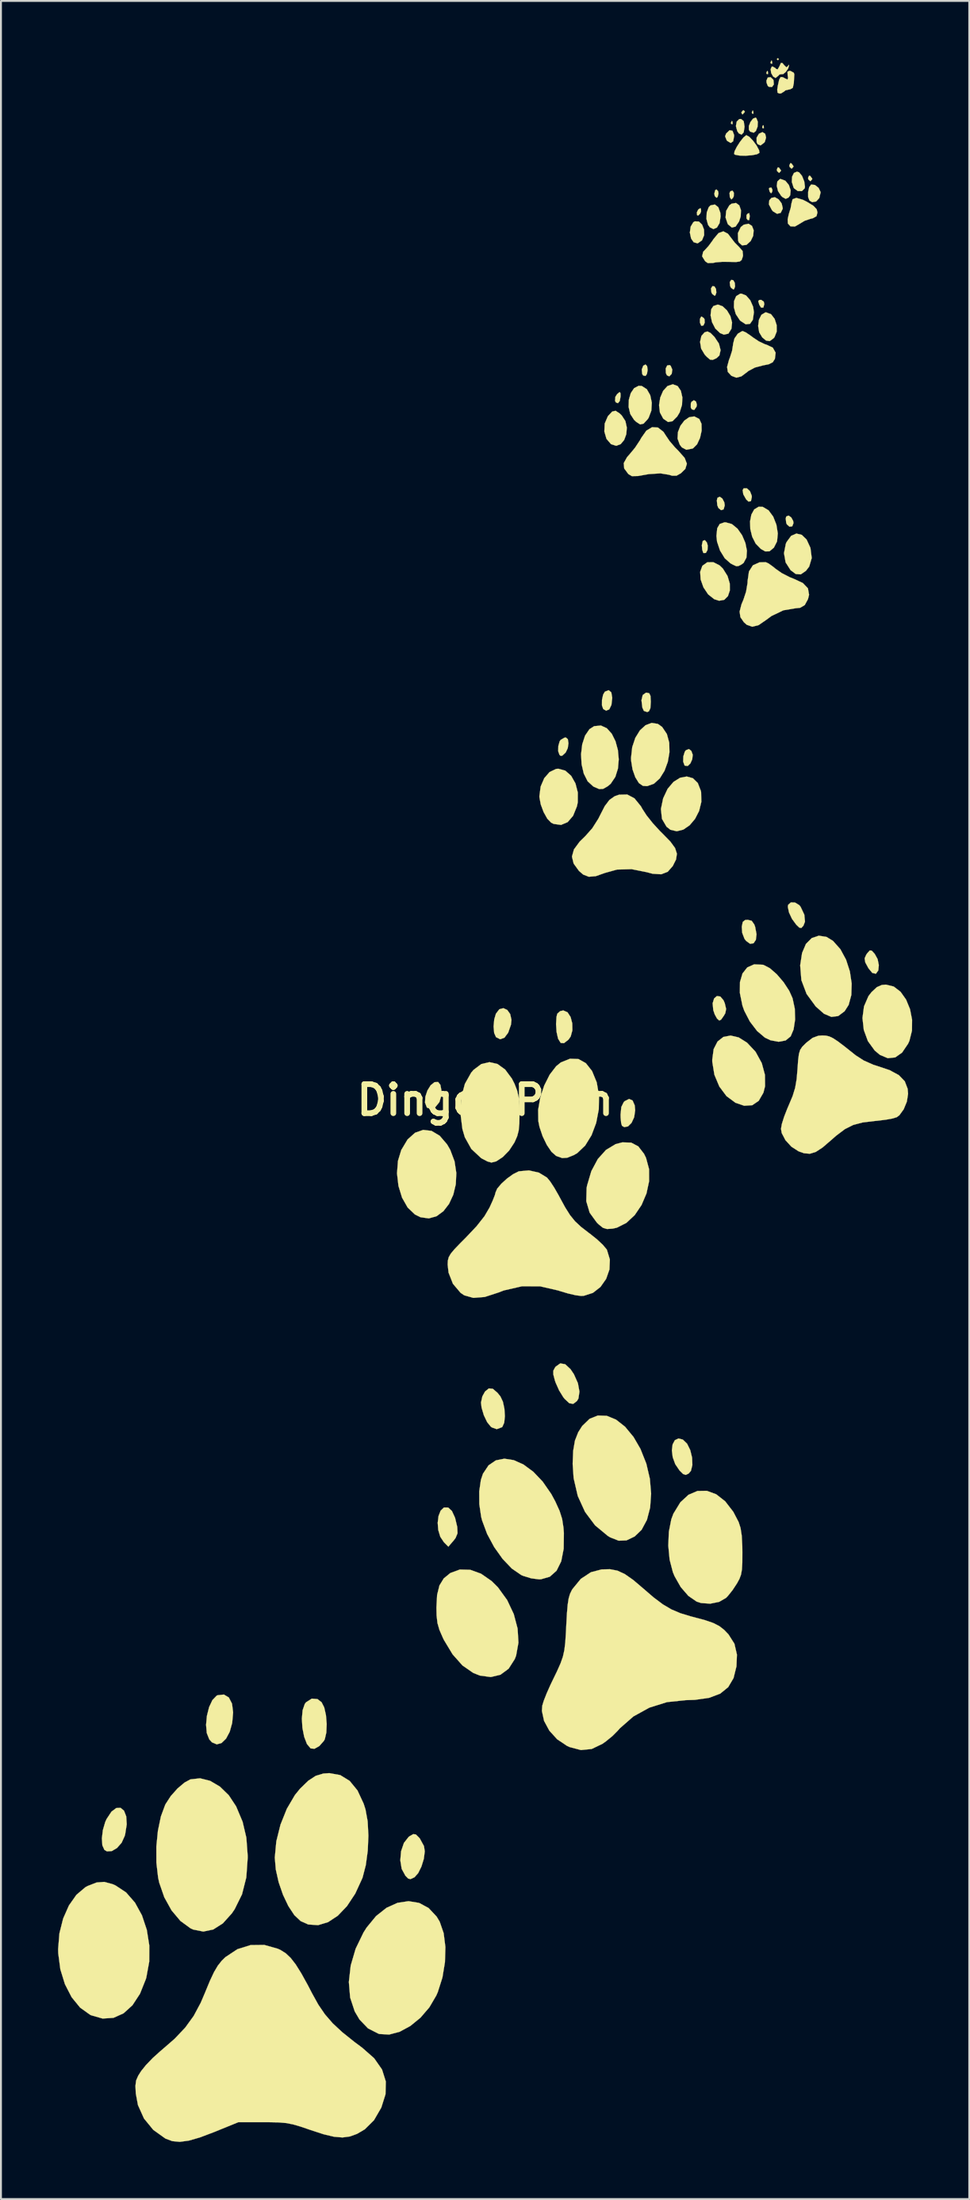
<source format=kicad_pcb>
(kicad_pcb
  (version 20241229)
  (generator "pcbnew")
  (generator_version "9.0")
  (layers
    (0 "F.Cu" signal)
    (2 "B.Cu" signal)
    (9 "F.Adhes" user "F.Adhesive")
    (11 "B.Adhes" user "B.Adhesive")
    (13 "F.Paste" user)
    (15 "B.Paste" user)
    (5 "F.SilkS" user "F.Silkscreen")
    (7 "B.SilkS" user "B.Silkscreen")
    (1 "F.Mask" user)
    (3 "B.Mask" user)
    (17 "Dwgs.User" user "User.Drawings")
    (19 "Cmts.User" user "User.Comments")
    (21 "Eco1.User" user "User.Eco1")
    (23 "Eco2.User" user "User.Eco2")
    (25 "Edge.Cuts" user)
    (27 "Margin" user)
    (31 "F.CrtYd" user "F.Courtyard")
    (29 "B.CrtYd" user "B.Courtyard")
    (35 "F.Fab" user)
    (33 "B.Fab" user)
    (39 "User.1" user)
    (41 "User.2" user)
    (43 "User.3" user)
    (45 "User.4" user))
  (footprint "Dingo-Path"
    (layer "F.Cu")
    (at 22.448 54.746)
    (property "Reference" "Dingo-Path" (at 0 0 0) (layer "F.SilkS") (effects (font (size 1.524 1.524) (thickness 0.3))))
    (attr through_hole)
    (fp_poly (pts (xy 15.437 -54.687) (xy 15.382 -54.632) (xy 15.328 -54.687) (xy 15.382 -54.741) (xy 15.437 -54.687)) (stroke (width 0.01) (type solid)) (fill yes) (layer "F.SilkS"))
    (fp_poly (pts (xy 12.992 -51.42) (xy 13.005 -51.29) (xy 12.992 -51.274) (xy 12.927 -51.289) (xy 12.919 -51.347) (xy 12.959 -51.438) (xy 12.992 -51.42)) (stroke (width 0.01) (type solid)) (fill yes) (layer "F.SilkS"))
    (fp_poly (pts (xy 14.087 -51.968) (xy 14.1 -51.838) (xy 14.087 -51.822) (xy 14.022 -51.837) (xy 14.014 -51.895) (xy 14.054 -51.985) (xy 14.087 -51.968)) (stroke (width 0.01) (type solid)) (fill yes) (layer "F.SilkS"))
    (fp_poly (pts (xy 14.634 -51.201) (xy 14.647 -51.072) (xy 14.634 -51.055) (xy 14.569 -51.07) (xy 14.561 -51.128) (xy 14.601 -51.219) (xy 14.634 -51.201)) (stroke (width 0.01) (type solid)) (fill yes) (layer "F.SilkS"))
    (fp_poly (pts (xy 14.853 -54.048) (xy 14.866 -53.918) (xy 14.853 -53.902) (xy 14.788 -53.917) (xy 14.78 -53.975) (xy 14.82 -54.065) (xy 14.853 -54.048)) (stroke (width 0.01) (type solid)) (fill yes) (layer "F.SilkS"))
    (fp_poly (pts (xy 15.072 -54.595) (xy 15.085 -54.465) (xy 15.072 -54.449) (xy 15.007 -54.464) (xy 14.999 -54.522) (xy 15.039 -54.613) (xy 15.072 -54.595)) (stroke (width 0.01) (type solid)) (fill yes) (layer "F.SilkS"))
    (fp_poly (pts (xy 15.099 -47.821) (xy 15.085 -47.719) (xy 15.025 -47.637) (xy 14.953 -47.72) (xy 14.913 -47.881) (xy 14.933 -47.924) (xy 15.042 -47.942) (xy 15.099 -47.821)) (stroke (width 0.01) (type solid)) (fill yes) (layer "F.SilkS"))
    (fp_poly (pts (xy 11.336 -46.836) (xy 11.348 -46.696) (xy 11.302 -46.579) (xy 11.193 -46.47) (xy 11.135 -46.494) (xy 11.125 -46.64) (xy 11.198 -46.79) (xy 11.3 -46.854) (xy 11.336 -46.836)) (stroke (width 0.01) (type solid)) (fill yes) (layer "F.SilkS"))
    (fp_poly (pts (xy 12.242 -47.752) (xy 12.262 -47.625) (xy 12.216 -47.447) (xy 12.153 -47.406) (xy 12.064 -47.498) (xy 12.043 -47.625) (xy 12.089 -47.803) (xy 12.153 -47.844) (xy 12.242 -47.752)) (stroke (width 0.01) (type solid)) (fill yes) (layer "F.SilkS"))
    (fp_poly (pts (xy 13.648 -51.937) (xy 13.631 -51.895) (xy 13.532 -51.79) (xy 13.515 -51.785) (xy 13.468 -51.87) (xy 13.466 -51.895) (xy 13.551 -52) (xy 13.582 -52.004) (xy 13.648 -51.937)) (stroke (width 0.01) (type solid)) (fill yes) (layer "F.SilkS"))
    (fp_poly (pts (xy 13.904 -46.448) (xy 13.904 -46.443) (xy 13.877 -46.233) (xy 13.797 -46.236) (xy 13.734 -46.321) (xy 13.734 -46.491) (xy 13.782 -46.562) (xy 13.876 -46.602) (xy 13.904 -46.448)) (stroke (width 0.01) (type solid)) (fill yes) (layer "F.SilkS"))
    (fp_poly (pts (xy 14.64 -41.95) (xy 14.671 -41.822) (xy 14.617 -41.633) (xy 14.502 -41.633) (xy 14.409 -41.777) (xy 14.35 -41.971) (xy 14.406 -42.036) (xy 14.506 -42.041) (xy 14.64 -41.95)) (stroke (width 0.01) (type solid)) (fill yes) (layer "F.SilkS"))
    (fp_poly (pts (xy 15.437 -48.994) (xy 15.542 -48.854) (xy 15.547 -48.823) (xy 15.463 -48.723) (xy 15.437 -48.72) (xy 15.341 -48.809) (xy 15.328 -48.891) (xy 15.381 -49.004) (xy 15.437 -48.994)) (stroke (width 0.01) (type solid)) (fill yes) (layer "F.SilkS"))
    (fp_poly (pts (xy 16.094 -49.212) (xy 16.199 -49.073) (xy 16.203 -49.042) (xy 16.12 -48.942) (xy 16.094 -48.939) (xy 15.998 -49.028) (xy 15.984 -49.109) (xy 16.038 -49.223) (xy 16.094 -49.212)) (stroke (width 0.01) (type solid)) (fill yes) (layer "F.SilkS"))
    (fp_poly (pts (xy 17.079 -48.556) (xy 17.185 -48.416) (xy 17.189 -48.385) (xy 17.105 -48.285) (xy 17.079 -48.282) (xy 16.983 -48.371) (xy 16.97 -48.453) (xy 17.023 -48.566) (xy 17.079 -48.556)) (stroke (width 0.01) (type solid)) (fill yes) (layer "F.SilkS"))
    (fp_poly (pts (xy 7.112 -37.136) (xy 7.116 -36.98) (xy 7.075 -36.733) (xy 6.978 -36.612) (xy 6.868 -36.655) (xy 6.827 -36.733) (xy 6.843 -36.95) (xy 6.937 -37.092) (xy 7.067 -37.2) (xy 7.112 -37.136)) (stroke (width 0.01) (type solid)) (fill yes) (layer "F.SilkS"))
    (fp_poly (pts (xy 8.511 -38.559) (xy 8.537 -38.36) (xy 8.503 -38.152) (xy 8.429 -38.045) (xy 8.304 -38.068) (xy 8.253 -38.148) (xy 8.23 -38.383) (xy 8.308 -38.581) (xy 8.427 -38.647) (xy 8.511 -38.559)) (stroke (width 0.01) (type solid)) (fill yes) (layer "F.SilkS"))
    (fp_poly (pts (xy 9.75 -38.576) (xy 9.835 -38.376) (xy 9.802 -38.152) (xy 9.676 -38.022) (xy 9.553 -38.077) (xy 9.498 -38.193) (xy 9.487 -38.434) (xy 9.565 -38.594) (xy 9.696 -38.616) (xy 9.75 -38.576)) (stroke (width 0.01) (type solid)) (fill yes) (layer "F.SilkS"))
    (fp_poly (pts (xy 11.082 -36.695) (xy 11.126 -36.525) (xy 11.104 -36.421) (xy 10.984 -36.255) (xy 10.857 -36.293) (xy 10.806 -36.386) (xy 10.808 -36.602) (xy 10.844 -36.686) (xy 10.969 -36.768) (xy 11.082 -36.695)) (stroke (width 0.01) (type solid)) (fill yes) (layer "F.SilkS"))
    (fp_poly (pts (xy 12.051 -42.748) (xy 12.132 -42.613) (xy 12.148 -42.419) (xy 12.097 -42.278) (xy 12.055 -42.26) (xy 11.936 -42.348) (xy 11.89 -42.434) (xy 11.867 -42.641) (xy 11.943 -42.762) (xy 12.051 -42.748)) (stroke (width 0.01) (type solid)) (fill yes) (layer "F.SilkS"))
    (fp_poly (pts (xy 13.036 -43.077) (xy 13.117 -42.941) (xy 13.133 -42.748) (xy 13.082 -42.606) (xy 13.04 -42.589) (xy 12.922 -42.676) (xy 12.876 -42.763) (xy 12.852 -42.969) (xy 12.929 -43.09) (xy 13.036 -43.077)) (stroke (width 0.01) (type solid)) (fill yes) (layer "F.SilkS"))
    (fp_poly (pts (xy 13.071 -47.667) (xy 13.063 -47.487) (xy 13.024 -47.399) (xy 12.936 -47.316) (xy 12.86 -47.434) (xy 12.856 -47.444) (xy 12.843 -47.659) (xy 12.89 -47.749) (xy 13.003 -47.779) (xy 13.071 -47.667)) (stroke (width 0.01) (type solid)) (fill yes) (layer "F.SilkS"))
    (fp_poly (pts (xy 11.497 -41.079) (xy 11.529 -41.019) (xy 11.538 -40.841) (xy 11.47 -40.699) (xy 11.368 -40.676) (xy 11.351 -40.689) (xy 11.286 -40.847) (xy 11.288 -41.041) (xy 11.352 -41.16) (xy 11.374 -41.166) (xy 11.497 -41.079)) (stroke (width 0.01) (type solid)) (fill yes) (layer "F.SilkS"))
    (fp_poly (pts (xy 11.655 -29.289) (xy 11.697 -29.129) (xy 11.684 -28.896) (xy 11.598 -28.745) (xy 11.479 -28.74) (xy 11.461 -28.756) (xy 11.407 -28.91) (xy 11.386 -29.15) (xy 11.435 -29.375) (xy 11.544 -29.42) (xy 11.655 -29.289)) (stroke (width 0.01) (type solid)) (fill yes) (layer "F.SilkS"))
    (fp_poly (pts (xy 12.465 -31.602) (xy 12.567 -31.404) (xy 12.591 -31.244) (xy 12.53 -31.035) (xy 12.396 -30.991) (xy 12.255 -31.111) (xy 12.199 -31.251) (xy 12.175 -31.502) (xy 12.207 -31.64) (xy 12.327 -31.699) (xy 12.465 -31.602)) (stroke (width 0.01) (type solid)) (fill yes) (layer "F.SilkS"))
    (fp_poly (pts (xy 12.999 -50.924) (xy 13.08 -50.71) (xy 13.083 -50.645) (xy 13.033 -50.373) (xy 12.903 -50.284) (xy 12.72 -50.394) (xy 12.695 -50.422) (xy 12.608 -50.633) (xy 12.664 -50.782) (xy 12.843 -50.953) (xy 12.999 -50.924)) (stroke (width 0.01) (type solid)) (fill yes) (layer "F.SilkS"))
    (fp_poly (pts (xy 13.917 -31.99) (xy 14.009 -31.753) (xy 14.014 -31.682) (xy 13.966 -31.464) (xy 13.84 -31.443) (xy 13.716 -31.558) (xy 13.566 -31.823) (xy 13.531 -32.046) (xy 13.585 -32.139) (xy 13.757 -32.14) (xy 13.917 -31.99)) (stroke (width 0.01) (type solid)) (fill yes) (layer "F.SilkS"))
    (fp_poly (pts (xy 14.715 -50.768) (xy 14.762 -50.568) (xy 14.698 -50.346) (xy 14.666 -50.302) (xy 14.473 -50.155) (xy 14.321 -50.22) (xy 14.267 -50.322) (xy 14.264 -50.561) (xy 14.388 -50.771) (xy 14.572 -50.855) (xy 14.715 -50.768)) (stroke (width 0.01) (type solid)) (fill yes) (layer "F.SilkS"))
    (fp_poly (pts (xy 15.139 -53.613) (xy 15.152 -53.582) (xy 15.171 -53.359) (xy 15.072 -53.225) (xy 14.912 -53.235) (xy 14.853 -53.282) (xy 14.79 -53.443) (xy 14.78 -53.555) (xy 14.85 -53.721) (xy 15 -53.742) (xy 15.139 -53.613)) (stroke (width 0.01) (type solid)) (fill yes) (layer "F.SilkS"))
    (fp_poly (pts (xy 16.084 -30.613) (xy 16.186 -30.428) (xy 16.203 -30.313) (xy 16.138 -30.144) (xy 15.995 -30.123) (xy 15.854 -30.248) (xy 15.821 -30.326) (xy 15.795 -30.556) (xy 15.823 -30.66) (xy 15.942 -30.709) (xy 16.084 -30.613)) (stroke (width 0.01) (type solid)) (fill yes) (layer "F.SilkS"))
    (fp_poly (pts (xy 6.628 -21.421) (xy 6.678 -21.133) (xy 6.635 -20.759) (xy 6.52 -20.525) (xy 6.356 -20.458) (xy 6.204 -20.546) (xy 6.137 -20.736) (xy 6.139 -21.024) (xy 6.2 -21.303) (xy 6.29 -21.455) (xy 6.49 -21.535) (xy 6.628 -21.421)) (stroke (width 0.01) (type solid)) (fill yes) (layer "F.SilkS"))
    (fp_poly (pts (xy 13.587 -51.43) (xy 13.631 -51.142) (xy 13.631 -51.136) (xy 13.586 -50.844) (xy 13.475 -50.722) (xy 13.329 -50.789) (xy 13.249 -50.907) (xy 13.177 -51.171) (xy 13.22 -51.406) (xy 13.354 -51.539) (xy 13.448 -51.544) (xy 13.587 -51.43)) (stroke (width 0.01) (type solid)) (fill yes) (layer "F.SilkS"))
    (fp_poly (pts (xy 14.252 -51.591) (xy 14.329 -51.396) (xy 14.315 -51.137) (xy 14.226 -50.912) (xy 14.11 -50.823) (xy 13.926 -50.881) (xy 13.861 -50.974) (xy 13.857 -51.172) (xy 13.943 -51.39) (xy 14.075 -51.561) (xy 14.209 -51.616) (xy 14.252 -51.591)) (stroke (width 0.01) (type solid)) (fill yes) (layer "F.SilkS"))
    (fp_poly (pts (xy 10.835 -18.343) (xy 10.908 -18.143) (xy 10.882 -17.904) (xy 10.785 -17.687) (xy 10.648 -17.554) (xy 10.499 -17.568) (xy 10.476 -17.588) (xy 10.406 -17.782) (xy 10.415 -18.06) (xy 10.493 -18.308) (xy 10.551 -18.381) (xy 10.711 -18.441) (xy 10.835 -18.343)) (stroke (width 0.01) (type solid)) (fill yes) (layer "F.SilkS"))
    (fp_poly (pts (xy 14.021 -45.929) (xy 14.11 -45.701) (xy 14.086 -45.408) (xy 13.953 -45.131) (xy 13.729 -44.929) (xy 13.503 -44.904) (xy 13.332 -45.052) (xy 13.294 -45.154) (xy 13.281 -45.549) (xy 13.433 -45.866) (xy 13.59 -45.99) (xy 13.841 -46.042) (xy 14.021 -45.929)) (stroke (width 0.01) (type solid)) (fill yes) (layer "F.SilkS"))
    (fp_poly (pts (xy 15.425 -47.318) (xy 15.581 -47.108) (xy 15.639 -46.862) (xy 15.635 -46.826) (xy 15.53 -46.61) (xy 15.339 -46.564) (xy 15.125 -46.693) (xy 15.064 -46.767) (xy 14.911 -47.058) (xy 14.933 -47.273) (xy 15.047 -47.4) (xy 15.227 -47.434) (xy 15.425 -47.318)) (stroke (width 0.01) (type solid)) (fill yes) (layer "F.SilkS"))
    (fp_poly (pts (xy 17.33 -48.078) (xy 17.523 -47.924) (xy 17.625 -47.712) (xy 17.627 -47.681) (xy 17.559 -47.393) (xy 17.394 -47.211) (xy 17.185 -47.176) (xy 17.043 -47.26) (xy 16.974 -47.443) (xy 16.973 -47.711) (xy 17.029 -47.964) (xy 17.131 -48.101) (xy 17.33 -48.078)) (stroke (width 0.01) (type solid)) (fill yes) (layer "F.SilkS"))
    (fp_poly (pts (xy 8.622 -21.372) (xy 8.687 -21.237) (xy 8.704 -20.945) (xy 8.704 -20.913) (xy 8.682 -20.587) (xy 8.606 -20.426) (xy 8.516 -20.385) (xy 8.34 -20.446) (xy 8.261 -20.619) (xy 8.214 -21.007) (xy 8.28 -21.281) (xy 8.45 -21.402) (xy 8.485 -21.404) (xy 8.622 -21.372)) (stroke (width 0.01) (type solid)) (fill yes) (layer "F.SilkS"))
    (fp_poly (pts (xy 11.231 -46.157) (xy 11.401 -45.992) (xy 11.501 -45.733) (xy 11.508 -45.441) (xy 11.399 -45.178) (xy 11.386 -45.162) (xy 11.166 -45.01) (xy 10.957 -45.07) (xy 10.823 -45.263) (xy 10.756 -45.576) (xy 10.8 -45.89) (xy 10.937 -46.118) (xy 11.015 -46.167) (xy 11.231 -46.157)) (stroke (width 0.01) (type solid)) (fill yes) (layer "F.SilkS"))
    (fp_poly (pts (xy 12.251 -46.912) (xy 12.357 -46.622) (xy 12.372 -46.429) (xy 12.318 -46.073) (xy 12.181 -45.842) (xy 11.998 -45.76) (xy 11.807 -45.854) (xy 11.712 -45.988) (xy 11.628 -46.296) (xy 11.645 -46.636) (xy 11.751 -46.914) (xy 11.842 -47.005) (xy 12.069 -47.051) (xy 12.251 -46.912)) (stroke (width 0.01) (type solid)) (fill yes) (layer "F.SilkS"))
    (fp_poly (pts (xy 13.355 -47.005) (xy 13.443 -46.753) (xy 13.429 -46.423) (xy 13.342 -46.158) (xy 13.161 -45.892) (xy 12.966 -45.84) (xy 12.768 -46.004) (xy 12.745 -46.037) (xy 12.633 -46.368) (xy 12.667 -46.721) (xy 12.833 -47.008) (xy 12.947 -47.092) (xy 13.183 -47.133) (xy 13.355 -47.005)) (stroke (width 0.01) (type solid)) (fill yes) (layer "F.SilkS"))
    (fp_poly (pts (xy 15.775 -48.301) (xy 15.96 -48.078) (xy 16.055 -47.798) (xy 16.03 -47.536) (xy 15.944 -47.418) (xy 15.794 -47.349) (xy 15.631 -47.436) (xy 15.554 -47.508) (xy 15.392 -47.754) (xy 15.325 -48.028) (xy 15.355 -48.261) (xy 15.485 -48.385) (xy 15.533 -48.391) (xy 15.775 -48.301)) (stroke (width 0.01) (type solid)) (fill yes) (layer "F.SilkS"))
    (fp_poly (pts (xy 16.501 -48.739) (xy 16.654 -48.551) (xy 16.769 -48.262) (xy 16.807 -47.984) (xy 16.791 -47.9) (xy 16.643 -47.756) (xy 16.429 -47.759) (xy 16.237 -47.9) (xy 16.207 -47.946) (xy 16.116 -48.237) (xy 16.129 -48.51) (xy 16.227 -48.709) (xy 16.389 -48.778) (xy 16.501 -48.739)) (stroke (width 0.01) (type solid)) (fill yes) (layer "F.SilkS"))
    (fp_poly (pts (xy 1.16 -4.734) (xy 1.314 -4.52) (xy 1.382 -4.213) (xy 1.356 -3.961) (xy 1.209 -3.539) (xy 1.012 -3.277) (xy 0.79 -3.194) (xy 0.569 -3.306) (xy 0.473 -3.525) (xy 0.442 -3.865) (xy 0.477 -4.24) (xy 0.565 -4.538) (xy 0.745 -4.772) (xy 0.957 -4.828) (xy 1.16 -4.734)) (stroke (width 0.01) (type solid)) (fill yes) (layer "F.SilkS"))
    (fp_poly (pts (xy 4.344 -18.961) (xy 4.377 -18.747) (xy 4.34 -18.49) (xy 4.236 -18.269) (xy 4.207 -18.237) (xy 4.054 -18.095) (xy 3.97 -18.082) (xy 3.905 -18.138) (xy 3.838 -18.326) (xy 3.845 -18.602) (xy 3.915 -18.849) (xy 3.963 -18.919) (xy 4.157 -19.035) (xy 4.237 -19.05) (xy 4.344 -18.961)) (stroke (width 0.01) (type solid)) (fill yes) (layer "F.SilkS"))
    (fp_poly (pts (xy 12.477 -41.705) (xy 12.708 -41.489) (xy 12.886 -41.19) (xy 12.976 -40.853) (xy 12.943 -40.526) (xy 12.784 -40.268) (xy 12.549 -40.214) (xy 12.344 -40.297) (xy 12.094 -40.535) (xy 11.922 -40.869) (xy 11.845 -41.23) (xy 11.88 -41.547) (xy 11.992 -41.716) (xy 12.226 -41.795) (xy 12.477 -41.705)) (stroke (width 0.01) (type solid)) (fill yes) (layer "F.SilkS"))
    (fp_poly (pts (xy 14.006 -9.419) (xy 14.142 -9.227) (xy 14.188 -9.101) (xy 14.261 -8.712) (xy 14.225 -8.415) (xy 14.104 -8.238) (xy 13.924 -8.21) (xy 13.713 -8.361) (xy 13.626 -8.477) (xy 13.508 -8.788) (xy 13.486 -9.107) (xy 13.538 -9.36) (xy 13.661 -9.458) (xy 13.795 -9.47) (xy 14.006 -9.419)) (stroke (width 0.01) (type solid)) (fill yes) (layer "F.SilkS"))
    (fp_poly (pts (xy 16.288 -10.376) (xy 16.508 -10.24) (xy 16.577 -10.155) (xy 16.772 -9.74) (xy 16.808 -9.375) (xy 16.726 -9.163) (xy 16.614 -9.04) (xy 16.507 -9.06) (xy 16.345 -9.218) (xy 16.123 -9.522) (xy 15.966 -9.86) (xy 15.906 -10.153) (xy 15.922 -10.256) (xy 16.066 -10.385) (xy 16.288 -10.376)) (stroke (width 0.01) (type solid)) (fill yes) (layer "F.SilkS"))
    (fp_poly (pts (xy 20.315 -7.85) (xy 20.473 -7.679) (xy 20.624 -7.406) (xy 20.688 -7.091) (xy 20.661 -6.812) (xy 20.541 -6.645) (xy 20.525 -6.638) (xy 20.343 -6.681) (xy 20.142 -6.927) (xy 19.977 -7.232) (xy 19.941 -7.443) (xy 20.028 -7.64) (xy 20.09 -7.725) (xy 20.214 -7.862) (xy 20.315 -7.85)) (stroke (width 0.01) (type solid)) (fill yes) (layer "F.SilkS"))
    (fp_poly (pts (xy -2.355 -0.801) (xy -2.301 -0.522) (xy -2.316 -0.195) (xy -2.403 0.099) (xy -2.411 0.114) (xy -2.614 0.364) (xy -2.845 0.469) (xy -3.046 0.404) (xy -3.068 0.38) (xy -3.162 0.134) (xy -3.143 -0.179) (xy -3.036 -0.501) (xy -2.867 -0.775) (xy -2.664 -0.94) (xy -2.472 -0.949) (xy -2.355 -0.801)) (stroke (width 0.01) (type solid)) (fill yes) (layer "F.SilkS"))
    (fp_poly (pts (xy -1.945 21.408) (xy -1.748 21.589) (xy -1.582 21.949) (xy -1.468 22.429) (xy -1.452 22.758) (xy -1.558 23.014) (xy -1.668 23.154) (xy -1.935 23.465) (xy -2.166 23.234) (xy -2.358 22.947) (xy -2.466 22.59) (xy -2.495 22.21) (xy -2.451 21.854) (xy -2.34 21.571) (xy -2.167 21.407) (xy -1.945 21.408)) (stroke (width 0.01) (type solid)) (fill yes) (layer "F.SilkS"))
    (fp_poly (pts (xy 7.746 0.021) (xy 7.859 0.277) (xy 7.883 0.536) (xy 7.83 0.901) (xy 7.693 1.197) (xy 7.507 1.384) (xy 7.307 1.421) (xy 7.189 1.35) (xy 7.146 1.206) (xy 7.12 0.923) (xy 7.116 0.765) (xy 7.155 0.365) (xy 7.282 0.108) (xy 7.333 0.057) (xy 7.563 -0.059) (xy 7.746 0.021)) (stroke (width 0.01) (type solid)) (fill yes) (layer "F.SilkS"))
    (fp_poly (pts (xy 11.842 -40.304) (xy 12.049 -40.096) (xy 12.284 -39.744) (xy 12.372 -39.401) (xy 12.308 -39.119) (xy 12.16 -38.98) (xy 11.961 -38.889) (xy 11.819 -38.902) (xy 11.65 -39.045) (xy 11.54 -39.162) (xy 11.351 -39.479) (xy 11.293 -39.833) (xy 11.365 -40.149) (xy 11.529 -40.333) (xy 11.681 -40.382) (xy 11.842 -40.304)) (stroke (width 0.01) (type solid)) (fill yes) (layer "F.SilkS"))
    (fp_poly (pts (xy 12.359 -5.439) (xy 12.529 -5.238) (xy 12.592 -5.087) (xy 12.663 -4.788) (xy 12.621 -4.566) (xy 12.543 -4.43) (xy 12.396 -4.222) (xy 12.302 -4.178) (xy 12.196 -4.273) (xy 12.175 -4.298) (xy 12.062 -4.505) (xy 11.987 -4.728) (xy 11.955 -5.086) (xy 12.032 -5.339) (xy 12.18 -5.465) (xy 12.359 -5.439)) (stroke (width 0.01) (type solid)) (fill yes) (layer "F.SilkS"))
    (fp_poly (pts (xy 13.712 -42.271) (xy 13.933 -42.018) (xy 14.083 -41.675) (xy 14.123 -41.392) (xy 14.068 -40.997) (xy 13.918 -40.782) (xy 13.694 -40.758) (xy 13.419 -40.937) (xy 13.378 -40.979) (xy 13.17 -41.295) (xy 13.072 -41.646) (xy 13.08 -41.978) (xy 13.19 -42.236) (xy 13.399 -42.364) (xy 13.462 -42.37) (xy 13.712 -42.271)) (stroke (width 0.01) (type solid)) (fill yes) (layer "F.SilkS"))
    (fp_poly (pts (xy 15.022 -41.288) (xy 15.212 -41.044) (xy 15.318 -40.717) (xy 15.321 -40.374) (xy 15.204 -40.079) (xy 15.156 -40.024) (xy 14.952 -39.874) (xy 14.766 -39.9) (xy 14.561 -40.071) (xy 14.4 -40.34) (xy 14.346 -40.671) (xy 14.388 -40.997) (xy 14.517 -41.255) (xy 14.722 -41.381) (xy 14.767 -41.384) (xy 15.022 -41.288)) (stroke (width 0.01) (type solid)) (fill yes) (layer "F.SilkS"))
    (fp_poly (pts (xy 4.328 -4.612) (xy 4.489 -4.364) (xy 4.577 -4.028) (xy 4.583 -3.666) (xy 4.494 -3.339) (xy 4.379 -3.175) (xy 4.141 -2.989) (xy 3.971 -3) (xy 3.838 -3.213) (xy 3.829 -3.237) (xy 3.753 -3.575) (xy 3.725 -3.99) (xy 3.749 -4.371) (xy 3.789 -4.535) (xy 3.939 -4.671) (xy 4.107 -4.708) (xy 4.328 -4.612)) (stroke (width 0.01) (type solid)) (fill yes) (layer "F.SilkS"))
    (fp_poly (pts (xy 10.114 -37.513) (xy 10.283 -37.266) (xy 10.363 -36.918) (xy 10.345 -36.522) (xy 10.222 -36.13) (xy 10.096 -35.92) (xy 9.845 -35.666) (xy 9.613 -35.624) (xy 9.373 -35.788) (xy 9.354 -35.808) (xy 9.184 -36.124) (xy 9.138 -36.51) (xy 9.2 -36.908) (xy 9.353 -37.262) (xy 9.582 -37.514) (xy 9.862 -37.607) (xy 10.114 -37.513)) (stroke (width 0.01) (type solid)) (fill yes) (layer "F.SilkS"))
    (fp_poly (pts (xy 10.389 17.839) (xy 10.612 18.055) (xy 10.778 18.393) (xy 10.874 18.787) (xy 10.889 19.172) (xy 10.813 19.481) (xy 10.693 19.622) (xy 10.538 19.694) (xy 10.403 19.648) (xy 10.214 19.461) (xy 9.989 19.13) (xy 9.856 18.763) (xy 9.812 18.404) (xy 9.851 18.092) (xy 9.969 17.87) (xy 10.163 17.779) (xy 10.389 17.839)) (stroke (width 0.01) (type solid)) (fill yes) (layer "F.SilkS"))
    (fp_poly (pts (xy 12.32 -28.091) (xy 12.494 -27.921) (xy 12.737 -27.534) (xy 12.854 -27.139) (xy 12.858 -26.774) (xy 12.758 -26.476) (xy 12.566 -26.284) (xy 12.292 -26.234) (xy 12.036 -26.316) (xy 11.716 -26.571) (xy 11.471 -26.938) (xy 11.324 -27.353) (xy 11.299 -27.752) (xy 11.414 -28.069) (xy 11.67 -28.253) (xy 11.989 -28.259) (xy 12.32 -28.091)) (stroke (width 0.01) (type solid)) (fill yes) (layer "F.SilkS"))
    (fp_poly (pts (xy 16.637 -29.696) (xy 16.893 -29.446) (xy 17.09 -29.02) (xy 17.095 -29.005) (xy 17.162 -28.48) (xy 17.03 -28.031) (xy 16.858 -27.806) (xy 16.586 -27.619) (xy 16.322 -27.638) (xy 16.05 -27.842) (xy 15.79 -28.248) (xy 15.704 -28.732) (xy 15.801 -29.228) (xy 15.842 -29.32) (xy 16.079 -29.642) (xy 16.355 -29.764) (xy 16.637 -29.696)) (stroke (width 0.01) (type solid)) (fill yes) (layer "F.SilkS"))
    (fp_poly (pts (xy 7.065 -36.077) (xy 7.176 -35.97) (xy 7.369 -35.674) (xy 7.444 -35.332) (xy 7.417 -34.986) (xy 7.305 -34.682) (xy 7.123 -34.463) (xy 6.889 -34.374) (xy 6.618 -34.458) (xy 6.613 -34.461) (xy 6.375 -34.74) (xy 6.263 -35.126) (xy 6.283 -35.545) (xy 6.444 -35.919) (xy 6.467 -35.95) (xy 6.676 -36.173) (xy 6.853 -36.214) (xy 7.065 -36.077)) (stroke (width 0.01) (type solid)) (fill yes) (layer "F.SilkS"))
    (fp_poly (pts (xy 8.229 -37.517) (xy 8.494 -37.348) (xy 8.674 -37.035) (xy 8.757 -36.639) (xy 8.733 -36.223) (xy 8.592 -35.848) (xy 8.532 -35.761) (xy 8.323 -35.538) (xy 8.146 -35.497) (xy 7.934 -35.635) (xy 7.823 -35.741) (xy 7.626 -36.045) (xy 7.539 -36.413) (xy 7.551 -36.795) (xy 7.651 -37.141) (xy 7.826 -37.401) (xy 8.066 -37.526) (xy 8.229 -37.517)) (stroke (width 0.01) (type solid)) (fill yes) (layer "F.SilkS"))
    (fp_poly (pts (xy 11.247 -35.787) (xy 11.255 -35.779) (xy 11.369 -35.528) (xy 11.376 -35.173) (xy 11.292 -34.79) (xy 11.137 -34.455) (xy 10.926 -34.244) (xy 10.889 -34.227) (xy 10.574 -34.166) (xy 10.34 -34.287) (xy 10.226 -34.434) (xy 10.11 -34.754) (xy 10.132 -35.098) (xy 10.261 -35.426) (xy 10.467 -35.698) (xy 10.72 -35.875) (xy 10.99 -35.918) (xy 11.247 -35.787)) (stroke (width 0.01) (type solid)) (fill yes) (layer "F.SilkS"))
    (fp_poly (pts (xy 13.884 -50.606) (xy 14.079 -50.4) (xy 14.267 -50.143) (xy 14.394 -49.905) (xy 14.415 -49.768) (xy 14.286 -49.692) (xy 14.016 -49.64) (xy 13.683 -49.615) (xy 13.365 -49.623) (xy 13.14 -49.665) (xy 13.084 -49.704) (xy 13.105 -49.844) (xy 13.224 -50.081) (xy 13.395 -50.347) (xy 13.573 -50.572) (xy 13.713 -50.687) (xy 13.732 -50.691) (xy 13.884 -50.606)) (stroke (width 0.01) (type solid)) (fill yes) (layer "F.SilkS"))
    (fp_poly (pts (xy -18.979 37.339) (xy -18.865 37.633) (xy -18.838 38.052) (xy -18.92 38.574) (xy -18.942 38.658) (xy -19.105 39.018) (xy -19.347 39.295) (xy -19.621 39.457) (xy -19.879 39.472) (xy -20.013 39.392) (xy -20.119 39.155) (xy -20.143 38.787) (xy -20.092 38.356) (xy -19.969 37.933) (xy -19.898 37.776) (xy -19.64 37.386) (xy -19.387 37.196) (xy -19.16 37.187) (xy -18.979 37.339)) (stroke (width 0.01) (type solid)) (fill yes) (layer "F.SilkS"))
    (fp_poly (pts (xy -13.472 31.388) (xy -13.304 31.714) (xy -13.247 32.172) (xy -13.296 32.725) (xy -13.426 33.192) (xy -13.619 33.552) (xy -13.853 33.779) (xy -14.107 33.851) (xy -14.36 33.743) (xy -14.5 33.587) (xy -14.631 33.257) (xy -14.668 32.824) (xy -14.623 32.35) (xy -14.509 31.896) (xy -14.335 31.524) (xy -14.114 31.295) (xy -14.064 31.271) (xy -13.731 31.234) (xy -13.472 31.388)) (stroke (width 0.01) (type solid)) (fill yes) (layer "F.SilkS"))
    (fp_poly (pts (xy 14.588 -31.165) (xy 14.893 -30.985) (xy 15.138 -30.652) (xy 15.305 -30.228) (xy 15.378 -29.775) (xy 15.34 -29.353) (xy 15.174 -29.025) (xy 15.174 -29.025) (xy 14.943 -28.831) (xy 14.721 -28.825) (xy 14.49 -28.954) (xy 14.217 -29.233) (xy 14.033 -29.596) (xy 13.934 -30.001) (xy 13.921 -30.403) (xy 13.99 -30.761) (xy 14.139 -31.031) (xy 14.368 -31.171) (xy 14.588 -31.165)) (stroke (width 0.01) (type solid)) (fill yes) (layer "F.SilkS"))
    (fp_poly (pts (xy -8.814 31.472) (xy -8.597 31.638) (xy -8.459 31.909) (xy -8.368 32.317) (xy -8.329 32.783) (xy -8.348 33.229) (xy -8.428 33.577) (xy -8.47 33.659) (xy -8.714 33.938) (xy -8.968 34.082) (xy -9.171 34.065) (xy -9.366 33.834) (xy -9.512 33.453) (xy -9.604 32.987) (xy -9.633 32.501) (xy -9.594 32.058) (xy -9.48 31.726) (xy -9.416 31.641) (xy -9.112 31.448) (xy -8.814 31.472)) (stroke (width 0.01) (type solid)) (fill yes) (layer "F.SilkS"))
    (fp_poly (pts (xy 0.403 15.17) (xy 0.648 15.381) (xy 0.801 15.571) (xy 0.932 15.849) (xy 1.011 16.22) (xy 1.035 16.61) (xy 1.001 16.95) (xy 0.904 17.167) (xy 0.876 17.191) (xy 0.607 17.29) (xy 0.349 17.198) (xy 0.298 17.161) (xy 0.105 16.924) (xy -0.07 16.559) (xy -0.189 16.157) (xy -0.219 15.891) (xy -0.148 15.567) (xy -0.007 15.312) (xy 0.194 15.15) (xy 0.403 15.17)) (stroke (width 0.01) (type solid)) (fill yes) (layer "F.SilkS"))
    (fp_poly (pts (xy 4.207 13.88) (xy 4.484 14.137) (xy 4.664 14.405) (xy 4.873 14.874) (xy 4.954 15.318) (xy 4.901 15.681) (xy 4.825 15.811) (xy 4.627 15.963) (xy 4.419 15.927) (xy 4.173 15.696) (xy 4.102 15.606) (xy 3.883 15.25) (xy 3.699 14.836) (xy 3.665 14.734) (xy 3.582 14.418) (xy 3.581 14.221) (xy 3.667 14.057) (xy 3.708 14.004) (xy 3.946 13.835) (xy 4.207 13.88)) (stroke (width 0.01) (type solid)) (fill yes) (layer "F.SilkS"))
    (fp_poly (pts (xy 10.915 -16.909) (xy 11.174 -16.657) (xy 11.337 -16.239) (xy 11.349 -16.17) (xy 11.36 -15.666) (xy 11.244 -15.191) (xy 11.029 -14.772) (xy 10.744 -14.436) (xy 10.415 -14.21) (xy 10.07 -14.123) (xy 9.737 -14.2) (xy 9.531 -14.361) (xy 9.291 -14.774) (xy 9.237 -15.292) (xy 9.353 -15.851) (xy 9.589 -16.353) (xy 9.897 -16.716) (xy 10.243 -16.933) (xy 10.594 -16.999) (xy 10.915 -16.909)) (stroke (width 0.01) (type solid)) (fill yes) (layer "F.SilkS"))
    (fp_poly (pts (xy -3.643 38.584) (xy -3.477 38.747) (xy -3.435 38.796) (xy -3.216 39.197) (xy -3.175 39.472) (xy -3.224 39.864) (xy -3.35 40.271) (xy -3.522 40.618) (xy -3.711 40.83) (xy -3.728 40.84) (xy -3.923 40.931) (xy -4.048 40.9) (xy -4.193 40.752) (xy -4.387 40.395) (xy -4.46 39.942) (xy -4.418 39.463) (xy -4.27 39.029) (xy -4.022 38.713) (xy -3.972 38.676) (xy -3.778 38.567) (xy -3.643 38.584)) (stroke (width 0.01) (type solid)) (fill yes) (layer "F.SilkS"))
    (fp_poly (pts (xy 12.966 -30.262) (xy 13.261 -30.02) (xy 13.503 -29.674) (xy 13.674 -29.273) (xy 13.756 -28.865) (xy 13.73 -28.498) (xy 13.58 -28.22) (xy 13.469 -28.138) (xy 13.31 -28.058) (xy 13.197 -28.049) (xy 13.033 -28.123) (xy 12.892 -28.199) (xy 12.591 -28.466) (xy 12.342 -28.872) (xy 12.186 -29.337) (xy 12.154 -29.638) (xy 12.195 -30.041) (xy 12.327 -30.268) (xy 12.571 -30.352) (xy 12.636 -30.354) (xy 12.966 -30.262)) (stroke (width 0.01) (type solid)) (fill yes) (layer "F.SilkS"))
    (fp_poly (pts (xy 4.211 -17.307) (xy 4.518 -17.036) (xy 4.744 -16.638) (xy 4.868 -16.16) (xy 4.866 -15.646) (xy 4.824 -15.437) (xy 4.621 -14.935) (xy 4.335 -14.603) (xy 3.988 -14.456) (xy 3.604 -14.508) (xy 3.466 -14.576) (xy 3.265 -14.783) (xy 3.072 -15.128) (xy 2.922 -15.53) (xy 2.851 -15.91) (xy 2.849 -15.961) (xy 2.916 -16.473) (xy 3.105 -16.912) (xy 3.385 -17.234) (xy 3.727 -17.397) (xy 3.845 -17.408) (xy 4.211 -17.307)) (stroke (width 0.01) (type solid)) (fill yes) (layer "F.SilkS"))
    (fp_poly (pts (xy 9.076 -19.763) (xy 9.3 -19.603) (xy 9.549 -19.232) (xy 9.673 -18.776) (xy 9.685 -18.275) (xy 9.598 -17.77) (xy 9.425 -17.299) (xy 9.178 -16.903) (xy 8.871 -16.622) (xy 8.516 -16.494) (xy 8.291 -16.507) (xy 8.08 -16.653) (xy 7.89 -16.96) (xy 7.745 -17.37) (xy 7.671 -17.827) (xy 7.666 -17.978) (xy 7.728 -18.542) (xy 7.892 -19.033) (xy 8.134 -19.425) (xy 8.429 -19.694) (xy 8.751 -19.815) (xy 9.076 -19.763)) (stroke (width 0.01) (type solid)) (fill yes) (layer "F.SilkS"))
    (fp_poly (pts (xy 13.321 -3.291) (xy 13.76 -3.017) (xy 14.187 -2.564) (xy 14.223 -2.514) (xy 14.537 -1.94) (xy 14.703 -1.323) (xy 14.709 -0.727) (xy 14.623 -0.387) (xy 14.375 0.041) (xy 14.037 0.27) (xy 13.615 0.299) (xy 13.158 0.144) (xy 12.685 -0.204) (xy 12.306 -0.711) (xy 12.047 -1.328) (xy 11.936 -2.008) (xy 11.934 -2.123) (xy 12.008 -2.678) (xy 12.213 -3.077) (xy 12.518 -3.316) (xy 12.897 -3.389) (xy 13.321 -3.291)) (stroke (width 0.01) (type solid)) (fill yes) (layer "F.SilkS"))
    (fp_poly (pts (xy 16.69 -47.302) (xy 16.915 -47.19) (xy 17.252 -46.982) (xy 17.421 -46.802) (xy 17.462 -46.633) (xy 17.413 -46.439) (xy 17.227 -46.332) (xy 17.102 -46.301) (xy 16.788 -46.196) (xy 16.546 -46.05) (xy 16.281 -45.897) (xy 16.046 -45.904) (xy 15.909 -46.051) (xy 15.897 -46.273) (xy 15.962 -46.565) (xy 15.967 -46.579) (xy 16.056 -46.871) (xy 16.094 -47.094) (xy 16.094 -47.099) (xy 16.158 -47.331) (xy 16.355 -47.399) (xy 16.69 -47.302)) (stroke (width 0.01) (type solid)) (fill yes) (layer "F.SilkS"))
    (fp_poly (pts (xy 17.944 -8.569) (xy 18.281 -8.361) (xy 18.668 -7.926) (xy 18.966 -7.375) (xy 19.166 -6.758) (xy 19.261 -6.124) (xy 19.243 -5.522) (xy 19.103 -5.001) (xy 18.889 -4.666) (xy 18.552 -4.414) (xy 18.196 -4.369) (xy 17.809 -4.533) (xy 17.381 -4.909) (xy 17.376 -4.913) (xy 16.892 -5.575) (xy 16.618 -6.299) (xy 16.555 -7.078) (xy 16.655 -7.728) (xy 16.857 -8.202) (xy 17.162 -8.51) (xy 17.535 -8.636) (xy 17.944 -8.569)) (stroke (width 0.01) (type solid)) (fill yes) (layer "F.SilkS"))
    (fp_poly (pts (xy 6.396 -19.531) (xy 6.654 -19.244) (xy 6.849 -18.851) (xy 6.974 -18.392) (xy 7.02 -17.902) (xy 6.978 -17.419) (xy 6.841 -16.98) (xy 6.599 -16.621) (xy 6.447 -16.491) (xy 6.201 -16.35) (xy 5.991 -16.34) (xy 5.715 -16.459) (xy 5.679 -16.478) (xy 5.386 -16.747) (xy 5.182 -17.152) (xy 5.067 -17.644) (xy 5.04 -18.174) (xy 5.101 -18.69) (xy 5.248 -19.144) (xy 5.48 -19.485) (xy 5.728 -19.644) (xy 6.085 -19.677) (xy 6.396 -19.531)) (stroke (width 0.01) (type solid)) (fill yes) (layer "F.SilkS"))
    (fp_poly (pts (xy 21.472 -5.964) (xy 21.831 -5.688) (xy 22.121 -5.278) (xy 22.328 -4.774) (xy 22.436 -4.218) (xy 22.43 -3.649) (xy 22.295 -3.11) (xy 22.226 -2.959) (xy 21.911 -2.495) (xy 21.551 -2.241) (xy 21.159 -2.2) (xy 20.746 -2.374) (xy 20.474 -2.601) (xy 20.114 -3.096) (xy 19.898 -3.685) (xy 19.829 -4.311) (xy 19.909 -4.921) (xy 20.142 -5.459) (xy 20.304 -5.671) (xy 20.583 -5.931) (xy 20.843 -6.046) (xy 21.061 -6.065) (xy 21.472 -5.964)) (stroke (width 0.01) (type solid)) (fill yes) (layer "F.SilkS"))
    (fp_poly (pts (xy -2.817 1.62) (xy -2.39 1.875) (xy -2 2.331) (xy -1.834 2.62) (xy -1.609 3.22) (xy -1.517 3.83) (xy -1.544 4.423) (xy -1.676 4.974) (xy -1.899 5.455) (xy -2.196 5.84) (xy -2.556 6.103) (xy -2.961 6.217) (xy -3.399 6.156) (xy -3.691 6.012) (xy -4.075 5.645) (xy -4.368 5.128) (xy -4.557 4.512) (xy -4.633 3.85) (xy -4.583 3.193) (xy -4.41 2.625) (xy -4.078 2.071) (xy -3.685 1.718) (xy -3.257 1.568) (xy -2.817 1.62)) (stroke (width 0.01) (type solid)) (fill yes) (layer "F.SilkS"))
    (fp_poly (pts (xy 15.625 -54.482) (xy 15.707 -54.38) (xy 15.834 -54.257) (xy 15.91 -54.325) (xy 15.963 -54.393) (xy 15.972 -54.358) (xy 15.92 -54.191) (xy 15.794 -54.013) (xy 15.657 -53.899) (xy 15.586 -53.899) (xy 15.473 -53.886) (xy 15.392 -53.805) (xy 15.262 -53.699) (xy 15.135 -53.774) (xy 15.03 -53.958) (xy 15.003 -54.161) (xy 15.061 -54.292) (xy 15.102 -54.303) (xy 15.247 -54.223) (xy 15.284 -54.175) (xy 15.373 -54.152) (xy 15.463 -54.312) (xy 15.545 -54.492) (xy 15.625 -54.482)) (stroke (width 0.01) (type solid)) (fill yes) (layer "F.SilkS"))
    (fp_poly (pts (xy 12.757 -45.517) (xy 12.883 -45.353) (xy 13.113 -45.053) (xy 13.34 -44.825) (xy 13.528 -44.609) (xy 13.551 -44.374) (xy 13.536 -44.305) (xy 13.48 -44.14) (xy 13.379 -44.056) (xy 13.175 -44.03) (xy 12.835 -44.039) (xy 12.444 -44.04) (xy 12.113 -44.012) (xy 11.973 -43.981) (xy 11.701 -43.974) (xy 11.562 -44.071) (xy 11.401 -44.329) (xy 11.457 -44.569) (xy 11.565 -44.681) (xy 11.735 -44.866) (xy 11.942 -45.146) (xy 12.005 -45.242) (xy 12.265 -45.551) (xy 12.517 -45.642) (xy 12.757 -45.517)) (stroke (width 0.01) (type solid)) (fill yes) (layer "F.SilkS"))
    (fp_poly (pts (xy 14.588 -7.109) (xy 14.634 -7.098) (xy 14.962 -6.927) (xy 15.327 -6.608) (xy 15.681 -6.195) (xy 15.978 -5.741) (xy 16.154 -5.35) (xy 16.271 -4.802) (xy 16.288 -4.23) (xy 16.208 -3.709) (xy 16.056 -3.349) (xy 15.793 -3.132) (xy 15.42 -3.062) (xy 14.992 -3.142) (xy 14.701 -3.281) (xy 14.29 -3.629) (xy 13.911 -4.125) (xy 13.615 -4.696) (xy 13.52 -4.965) (xy 13.385 -5.628) (xy 13.39 -6.197) (xy 13.524 -6.652) (xy 13.775 -6.969) (xy 14.134 -7.129) (xy 14.588 -7.109)) (stroke (width 0.01) (type solid)) (fill yes) (layer "F.SilkS"))
    (fp_poly (pts (xy 16.052 -54.066) (xy 16.218 -53.974) (xy 16.247 -53.891) (xy 16.234 -53.689) (xy 16.22 -53.428) (xy 16.168 -53.183) (xy 16.025 -53.101) (xy 15.991 -53.099) (xy 15.781 -53.049) (xy 15.711 -52.99) (xy 15.553 -52.891) (xy 15.473 -52.88) (xy 15.368 -52.922) (xy 15.349 -53.083) (xy 15.38 -53.291) (xy 15.45 -53.609) (xy 15.527 -53.747) (xy 15.645 -53.74) (xy 15.753 -53.679) (xy 15.892 -53.616) (xy 15.918 -53.709) (xy 15.898 -53.831) (xy 15.888 -54.029) (xy 15.992 -54.075) (xy 16.052 -54.066)) (stroke (width 0.01) (type solid)) (fill yes) (layer "F.SilkS"))
    (fp_poly (pts (xy 7.675 2.237) (xy 8.046 2.433) (xy 8.348 2.823) (xy 8.454 3.039) (xy 8.613 3.63) (xy 8.615 4.266) (xy 8.477 4.907) (xy 8.219 5.513) (xy 7.861 6.042) (xy 7.422 6.453) (xy 6.92 6.706) (xy 6.694 6.756) (xy 6.401 6.775) (xy 6.186 6.71) (xy 5.956 6.524) (xy 5.87 6.44) (xy 5.492 5.92) (xy 5.313 5.314) (xy 5.332 4.618) (xy 5.355 4.493) (xy 5.58 3.732) (xy 5.919 3.099) (xy 6.35 2.618) (xy 6.856 2.314) (xy 7.211 2.222) (xy 7.675 2.237)) (stroke (width 0.01) (type solid)) (fill yes) (layer "F.SilkS"))
    (fp_poly (pts (xy 6.393 16.59) (xy 6.876 16.789) (xy 7.351 17.162) (xy 7.798 17.703) (xy 8.16 18.326) (xy 8.469 19.103) (xy 8.655 19.899) (xy 8.721 20.68) (xy 8.669 21.411) (xy 8.501 22.056) (xy 8.22 22.58) (xy 7.855 22.929) (xy 7.425 23.135) (xy 7.016 23.151) (xy 6.573 22.976) (xy 6.442 22.897) (xy 5.777 22.345) (xy 5.248 21.638) (xy 4.867 20.802) (xy 4.649 19.864) (xy 4.598 19.111) (xy 4.626 18.424) (xy 4.718 17.891) (xy 4.89 17.452) (xy 5.099 17.123) (xy 5.485 16.749) (xy 5.923 16.574) (xy 6.393 16.59)) (stroke (width 0.01) (type solid)) (fill yes) (layer "F.SilkS"))
    (fp_poly (pts (xy 9.081 -35.332) (xy 9.367 -35.11) (xy 9.502 -34.903) (xy 9.689 -34.626) (xy 9.969 -34.298) (xy 10.165 -34.099) (xy 10.484 -33.737) (xy 10.601 -33.431) (xy 10.518 -33.16) (xy 10.289 -32.935) (xy 10.055 -32.802) (xy 9.824 -32.803) (xy 9.658 -32.853) (xy 9.212 -32.926) (xy 8.599 -32.887) (xy 8.037 -32.787) (xy 7.711 -32.78) (xy 7.524 -32.89) (xy 7.306 -33.185) (xy 7.283 -33.466) (xy 7.456 -33.777) (xy 7.586 -33.924) (xy 7.876 -34.274) (xy 8.137 -34.668) (xy 8.201 -34.786) (xy 8.469 -35.168) (xy 8.772 -35.351) (xy 9.081 -35.332)) (stroke (width 0.01) (type solid)) (fill yes) (layer "F.SilkS"))
    (fp_poly (pts (xy 4.901 -2.155) (xy 5.292 -1.938) (xy 5.617 -1.526) (xy 5.863 -0.928) (xy 5.863 -0.926) (xy 5.984 -0.232) (xy 5.97 0.49) (xy 5.834 1.198) (xy 5.591 1.846) (xy 5.256 2.39) (xy 4.841 2.786) (xy 4.655 2.893) (xy 4.312 3.03) (xy 4.05 3.047) (xy 3.768 2.949) (xy 3.722 2.927) (xy 3.484 2.718) (xy 3.239 2.355) (xy 3.019 1.899) (xy 2.855 1.412) (xy 2.793 1.106) (xy 2.785 0.51) (xy 2.896 -0.133) (xy 3.105 -0.767) (xy 3.39 -1.334) (xy 3.73 -1.777) (xy 3.977 -1.977) (xy 4.458 -2.171) (xy 4.901 -2.155)) (stroke (width 0.01) (type solid)) (fill yes) (layer "F.SilkS"))
    (fp_poly (pts (xy -0.783 24.68) (xy -0.217 24.885) (xy 0.34 25.272) (xy 0.671 25.601) (xy 1.154 26.267) (xy 1.502 27.004) (xy 1.704 27.766) (xy 1.748 28.509) (xy 1.626 29.188) (xy 1.554 29.373) (xy 1.233 29.875) (xy 0.806 30.191) (xy 0.296 30.314) (xy -0.275 30.238) (xy -0.632 30.095) (xy -1.193 29.706) (xy -1.711 29.123) (xy -2.165 28.371) (xy -2.224 28.251) (xy -2.405 27.834) (xy -2.508 27.476) (xy -2.553 27.077) (xy -2.562 26.663) (xy -2.526 25.999) (xy -2.403 25.502) (xy -2.178 25.133) (xy -1.833 24.851) (xy -1.829 24.848) (xy -1.329 24.665) (xy -0.783 24.68)) (stroke (width 0.01) (type solid)) (fill yes) (layer "F.SilkS"))
    (fp_poly (pts (xy -3.473 42.181) (xy -2.972 42.45) (xy -2.55 42.901) (xy -2.389 43.17) (xy -2.182 43.77) (xy -2.091 44.497) (xy -2.114 45.294) (xy -2.247 46.102) (xy -2.49 46.866) (xy -2.567 47.044) (xy -2.935 47.67) (xy -3.401 48.212) (xy -3.932 48.646) (xy -4.491 48.949) (xy -5.043 49.097) (xy -5.554 49.069) (xy -5.606 49.054) (xy -6.156 48.774) (xy -6.604 48.308) (xy -6.856 47.881) (xy -7.096 47.154) (xy -7.164 46.337) (xy -7.066 45.469) (xy -6.808 44.589) (xy -6.395 43.736) (xy -6.232 43.478) (xy -5.735 42.873) (xy -5.185 42.438) (xy -4.606 42.177) (xy -4.027 42.09) (xy -3.473 42.181)) (stroke (width 0.01) (type solid)) (fill yes) (layer "F.SilkS"))
    (fp_poly (pts (xy 0.649 -1.894) (xy 1.05 -1.603) (xy 1.404 -1.127) (xy 1.544 -0.851) (xy 1.68 -0.499) (xy 1.761 -0.142) (xy 1.798 0.297) (xy 1.805 0.715) (xy 1.796 1.229) (xy 1.761 1.599) (xy 1.684 1.896) (xy 1.553 2.196) (xy 1.526 2.247) (xy 1.257 2.655) (xy 0.925 2.994) (xy 0.583 3.219) (xy 0.328 3.284) (xy 0.122 3.226) (xy -0.158 3.081) (xy -0.228 3.036) (xy -0.726 2.57) (xy -1.069 1.955) (xy -1.196 1.523) (xy -1.303 0.669) (xy -1.258 -0.136) (xy -1.066 -0.851) (xy -0.736 -1.439) (xy -0.614 -1.583) (xy -0.205 -1.891) (xy 0.223 -1.992) (xy 0.649 -1.894)) (stroke (width 0.01) (type solid)) (fill yes) (layer "F.SilkS"))
    (fp_poly (pts (xy 13.689 -40.336) (xy 13.932 -40.175) (xy 14.059 -40.078) (xy 14.379 -39.864) (xy 14.696 -39.713) (xy 14.787 -39.686) (xy 15.114 -39.531) (xy 15.265 -39.266) (xy 15.226 -38.942) (xy 15.113 -38.764) (xy 14.902 -38.658) (xy 14.596 -38.597) (xy 14.174 -38.485) (xy 13.836 -38.306) (xy 13.795 -38.271) (xy 13.466 -38.023) (xy 13.199 -37.953) (xy 12.946 -38.05) (xy 12.932 -38.06) (xy 12.752 -38.255) (xy 12.714 -38.517) (xy 12.816 -38.893) (xy 12.864 -39.014) (xy 12.975 -39.363) (xy 13.028 -39.693) (xy 13.028 -39.722) (xy 13.101 -40.013) (xy 13.277 -40.264) (xy 13.496 -40.395) (xy 13.542 -40.399) (xy 13.689 -40.336)) (stroke (width 0.01) (type solid)) (fill yes) (layer "F.SilkS"))
    (fp_poly (pts (xy -19.586 41.194) (xy -19.427 41.263) (xy -18.872 41.63) (xy -18.405 42.165) (xy -18.038 42.833) (xy -17.783 43.597) (xy -17.652 44.42) (xy -17.656 45.267) (xy -17.808 46.099) (xy -17.832 46.181) (xy -18.141 46.954) (xy -18.537 47.558) (xy -19.007 47.983) (xy -19.535 48.219) (xy -20.105 48.256) (xy -20.703 48.086) (xy -20.767 48.055) (xy -21.288 47.682) (xy -21.733 47.136) (xy -22.085 46.453) (xy -22.326 45.672) (xy -22.437 44.83) (xy -22.443 44.61) (xy -22.375 43.782) (xy -22.18 43.004) (xy -21.876 42.316) (xy -21.481 41.754) (xy -21.013 41.358) (xy -20.885 41.289) (xy -20.419 41.108) (xy -20.018 41.077) (xy -19.586 41.194)) (stroke (width 0.01) (type solid)) (fill yes) (layer "F.SilkS"))
    (fp_poly (pts (xy 14.906 -28.184) (xy 15.148 -28.008) (xy 15.26 -27.914) (xy 15.593 -27.682) (xy 16.013 -27.467) (xy 16.222 -27.385) (xy 16.696 -27.164) (xy 16.962 -26.886) (xy 17.022 -26.547) (xy 16.964 -26.316) (xy 16.794 -26.005) (xy 16.553 -25.864) (xy 16.313 -25.839) (xy 15.673 -25.731) (xy 15.05 -25.434) (xy 14.776 -25.232) (xy 14.373 -24.955) (xy 14.04 -24.868) (xy 13.749 -24.97) (xy 13.595 -25.106) (xy 13.414 -25.37) (xy 13.372 -25.663) (xy 13.469 -26.042) (xy 13.573 -26.291) (xy 13.712 -26.711) (xy 13.788 -27.165) (xy 13.792 -27.276) (xy 13.863 -27.772) (xy 14.071 -28.096) (xy 14.416 -28.251) (xy 14.749 -28.259) (xy 14.906 -28.184)) (stroke (width 0.01) (type solid)) (fill yes) (layer "F.SilkS"))
    (fp_poly (pts (xy 1.501 18.918) (xy 2.016 19.15) (xy 2.53 19.529) (xy 3.023 20.047) (xy 3.473 20.696) (xy 3.684 21.087) (xy 3.911 21.586) (xy 4.045 22.011) (xy 4.115 22.467) (xy 4.136 22.748) (xy 4.126 23.571) (xy 3.997 24.233) (xy 3.752 24.727) (xy 3.395 25.044) (xy 2.932 25.177) (xy 2.828 25.181) (xy 2.419 25.128) (xy 1.99 24.996) (xy 1.886 24.949) (xy 1.399 24.613) (xy 0.917 24.108) (xy 0.474 23.486) (xy 0.103 22.796) (xy -0.161 22.087) (xy -0.21 21.897) (xy -0.308 21.23) (xy -0.312 20.557) (xy -0.225 19.957) (xy -0.116 19.632) (xy 0.178 19.191) (xy 0.561 18.93) (xy 1.009 18.842) (xy 1.501 18.918)) (stroke (width 0.01) (type solid)) (fill yes) (layer "F.SilkS"))
    (fp_poly (pts (xy -7.616 35.466) (xy -7.122 35.77) (xy -6.71 36.273) (xy -6.386 36.968) (xy -6.29 37.27) (xy -6.176 37.895) (xy -6.138 38.643) (xy -6.171 39.435) (xy -6.273 40.192) (xy -6.439 40.834) (xy -6.46 40.892) (xy -6.828 41.692) (xy -7.263 42.35) (xy -7.745 42.854) (xy -8.257 43.191) (xy -8.78 43.349) (xy -9.297 43.314) (xy -9.702 43.133) (xy -10.03 42.822) (xy -10.345 42.345) (xy -10.626 41.752) (xy -10.853 41.096) (xy -11.003 40.427) (xy -11.056 39.801) (xy -10.976 38.945) (xy -10.757 38.068) (xy -10.423 37.235) (xy -9.998 36.512) (xy -9.732 36.184) (xy -9.298 35.762) (xy -8.907 35.506) (xy -8.503 35.384) (xy -8.189 35.363) (xy -7.616 35.466)) (stroke (width 0.01) (type solid)) (fill yes) (layer "F.SilkS"))
    (fp_poly (pts (xy -14.456 35.767) (xy -13.941 36.07) (xy -13.475 36.523) (xy -13.092 37.103) (xy -13.086 37.115) (xy -12.748 37.917) (xy -12.552 38.752) (xy -12.482 39.693) (xy -12.481 39.815) (xy -12.554 40.841) (xy -12.779 41.73) (xy -13.165 42.512) (xy -13.313 42.73) (xy -13.788 43.257) (xy -14.291 43.577) (xy -14.812 43.686) (xy -15.342 43.581) (xy -15.492 43.512) (xy -16.017 43.128) (xy -16.484 42.571) (xy -16.864 41.885) (xy -17.131 41.114) (xy -17.188 40.849) (xy -17.279 40.063) (xy -17.281 39.222) (xy -17.199 38.391) (xy -17.042 37.637) (xy -16.815 37.023) (xy -16.799 36.993) (xy -16.525 36.57) (xy -16.17 36.17) (xy -15.796 35.855) (xy -15.492 35.691) (xy -14.985 35.634) (xy -14.456 35.767)) (stroke (width 0.01) (type solid)) (fill yes) (layer "F.SilkS"))
    (fp_poly (pts (xy 12.142 20.712) (xy 12.613 21.081) (xy 13.04 21.633) (xy 13.32 22.17) (xy 13.421 22.482) (xy 13.484 22.89) (xy 13.513 23.444) (xy 13.517 23.758) (xy 13.514 24.289) (xy 13.494 24.66) (xy 13.447 24.93) (xy 13.363 25.157) (xy 13.231 25.4) (xy 13.23 25.4) (xy 13.002 25.746) (xy 12.758 26.052) (xy 12.662 26.152) (xy 12.296 26.364) (xy 11.829 26.459) (xy 11.349 26.426) (xy 11.11 26.348) (xy 10.68 26.052) (xy 10.279 25.589) (xy 9.951 25.012) (xy 9.865 24.803) (xy 9.694 24.147) (xy 9.624 23.413) (xy 9.654 22.68) (xy 9.783 22.024) (xy 9.894 21.728) (xy 10.257 21.134) (xy 10.685 20.739) (xy 11.156 20.538) (xy 11.649 20.53) (xy 12.142 20.712)) (stroke (width 0.01) (type solid)) (fill yes) (layer "F.SilkS"))
    (fp_poly (pts (xy 7.846 -15.852) (xy 8.181 -15.44) (xy 8.264 -15.292) (xy 8.484 -14.954) (xy 8.811 -14.544) (xy 9.186 -14.134) (xy 9.317 -14.005) (xy 9.732 -13.581) (xy 9.98 -13.241) (xy 10.076 -12.943) (xy 10.032 -12.643) (xy 9.862 -12.301) (xy 9.856 -12.292) (xy 9.593 -11.993) (xy 9.252 -11.862) (xy 8.8 -11.89) (xy 8.488 -11.973) (xy 7.696 -12.131) (xy 6.931 -12.11) (xy 6.295 -11.934) (xy 5.812 -11.763) (xy 5.447 -11.732) (xy 5.149 -11.848) (xy 4.929 -12.04) (xy 4.65 -12.423) (xy 4.56 -12.791) (xy 4.665 -13.168) (xy 4.968 -13.58) (xy 5.261 -13.866) (xy 5.628 -14.279) (xy 5.951 -14.788) (xy 6.029 -14.945) (xy 6.284 -15.443) (xy 6.531 -15.769) (xy 6.807 -15.963) (xy 7.036 -16.043) (xy 7.465 -16.053) (xy 7.846 -15.852)) (stroke (width 0.01) (type solid)) (fill yes) (layer "F.SilkS"))
    (fp_poly (pts (xy 17.908 -3.385) (xy 18.084 -3.343) (xy 18.283 -3.249) (xy 18.539 -3.081) (xy 18.886 -2.818) (xy 19.361 -2.44) (xy 19.468 -2.354) (xy 19.896 -2.078) (xy 20.397 -1.856) (xy 20.563 -1.804) (xy 21.251 -1.574) (xy 21.742 -1.308) (xy 22.052 -0.986) (xy 22.203 -0.593) (xy 22.225 -0.328) (xy 22.161 0.082) (xy 21.995 0.485) (xy 21.769 0.797) (xy 21.636 0.898) (xy 21.422 0.965) (xy 21.058 1.032) (xy 20.61 1.088) (xy 20.465 1.101) (xy 19.836 1.177) (xy 19.341 1.308) (xy 18.905 1.527) (xy 18.451 1.869) (xy 18.181 2.106) (xy 17.731 2.492) (xy 17.375 2.724) (xy 17.066 2.82) (xy 16.76 2.795) (xy 16.472 2.693) (xy 16.093 2.449) (xy 15.78 2.107) (xy 15.585 1.733) (xy 15.547 1.511) (xy 15.591 1.259) (xy 15.71 0.88) (xy 15.881 0.442) (xy 15.947 0.29) (xy 16.159 -0.214) (xy 16.291 -0.645) (xy 16.37 -1.103) (xy 16.414 -1.622) (xy 16.448 -2.104) (xy 16.489 -2.423) (xy 16.555 -2.638) (xy 16.666 -2.803) (xy 16.841 -2.977) (xy 16.888 -3.021) (xy 17.211 -3.271) (xy 17.512 -3.379) (xy 17.718 -3.394) (xy 17.908 -3.385)) (stroke (width 0.01) (type solid)) (fill yes) (layer "F.SilkS"))
    (fp_poly (pts (xy 2.821 3.813) (xy 3.249 4.073) (xy 3.25 4.074) (xy 3.416 4.276) (xy 3.634 4.61) (xy 3.862 5.008) (xy 3.898 5.076) (xy 4.201 5.633) (xy 4.46 6.045) (xy 4.723 6.369) (xy 5.036 6.661) (xy 5.444 6.977) (xy 5.498 7.016) (xy 5.867 7.309) (xy 6.179 7.601) (xy 6.379 7.838) (xy 6.401 7.876) (xy 6.553 8.379) (xy 6.531 8.9) (xy 6.358 9.394) (xy 6.06 9.819) (xy 5.662 10.13) (xy 5.187 10.283) (xy 5.044 10.291) (xy 4.759 10.255) (xy 4.35 10.16) (xy 3.901 10.026) (xy 3.84 10.005) (xy 2.885 9.785) (xy 1.932 9.784) (xy 0.982 10.002) (xy 0.686 10.115) (xy -0.025 10.346) (xy -0.621 10.393) (xy -1.103 10.257) (xy -1.292 10.128) (xy -1.694 9.653) (xy -1.924 9.068) (xy -1.971 8.642) (xy -1.961 8.435) (xy -1.916 8.258) (xy -1.809 8.071) (xy -1.613 7.836) (xy -1.303 7.513) (xy -1.025 7.235) (xy -0.45 6.627) (xy -0.037 6.102) (xy 0.234 5.638) (xy 0.395 5.283) (xy 0.508 4.997) (xy 0.547 4.849) (xy 0.633 4.652) (xy 0.851 4.394) (xy 1.148 4.124) (xy 1.467 3.894) (xy 1.753 3.751) (xy 1.779 3.743) (xy 2.301 3.696) (xy 2.821 3.813)) (stroke (width 0.01) (type solid)) (fill yes) (layer "F.SilkS"))
    (fp_poly (pts (xy 6.949 24.724) (xy 7.341 24.906) (xy 7.782 25.215) (xy 8.273 25.632) (xy 8.849 26.128) (xy 9.334 26.493) (xy 9.786 26.76) (xy 10.26 26.961) (xy 10.814 27.129) (xy 10.96 27.166) (xy 11.553 27.325) (xy 11.982 27.473) (xy 12.3 27.634) (xy 12.56 27.836) (xy 12.788 28.074) (xy 13.099 28.564) (xy 13.231 29.137) (xy 13.206 29.751) (xy 13.053 30.369) (xy 12.773 30.844) (xy 12.352 31.186) (xy 11.773 31.405) (xy 11.02 31.513) (xy 10.549 31.528) (xy 9.558 31.631) (xy 8.627 31.922) (xy 7.789 32.385) (xy 7.08 33.005) (xy 6.964 33.137) (xy 6.697 33.405) (xy 6.346 33.693) (xy 6.165 33.821) (xy 5.6 34.093) (xy 5.034 34.15) (xy 4.441 33.994) (xy 4.295 33.927) (xy 3.781 33.582) (xy 3.371 33.129) (xy 3.095 32.617) (xy 2.982 32.095) (xy 3.001 31.817) (xy 3.08 31.557) (xy 3.232 31.171) (xy 3.429 30.728) (xy 3.509 30.561) (xy 3.773 30.017) (xy 3.959 29.6) (xy 4.084 29.247) (xy 4.162 28.897) (xy 4.211 28.486) (xy 4.245 27.953) (xy 4.263 27.583) (xy 4.298 26.959) (xy 4.337 26.509) (xy 4.387 26.187) (xy 4.456 25.949) (xy 4.552 25.75) (xy 4.587 25.692) (xy 5.026 25.157) (xy 5.559 24.806) (xy 6.123 24.659) (xy 6.558 24.649) (xy 6.949 24.724)) (stroke (width 0.01) (type solid)) (fill yes) (layer "F.SilkS"))
    (fp_poly (pts (xy -10.895 44.59) (xy -10.743 44.662) (xy -10.477 44.83) (xy -10.223 45.07) (xy -9.959 45.41) (xy -9.665 45.879) (xy -9.319 46.505) (xy -9.096 46.935) (xy -8.768 47.527) (xy -8.42 48.036) (xy -8.015 48.504) (xy -7.514 48.971) (xy -6.88 49.479) (xy -6.462 49.79) (xy -5.833 50.344) (xy -5.42 50.935) (xy -5.222 51.564) (xy -5.238 52.235) (xy -5.459 52.935) (xy -5.843 53.596) (xy -6.327 54.076) (xy -6.733 54.315) (xy -7.11 54.452) (xy -7.498 54.504) (xy -7.943 54.466) (xy -8.491 54.336) (xy -9.178 54.112) (xy -9.698 53.934) (xy -10.1 53.817) (xy -10.461 53.747) (xy -10.856 53.713) (xy -11.358 53.703) (xy -11.66 53.702) (xy -12.974 53.703) (xy -14.251 54.222) (xy -14.988 54.501) (xy -15.576 54.67) (xy -16.049 54.734) (xy -16.444 54.697) (xy -16.797 54.564) (xy -16.806 54.56) (xy -17.442 54.106) (xy -17.931 53.508) (xy -18.248 52.803) (xy -18.361 52.192) (xy -18.38 51.792) (xy -18.345 51.512) (xy -18.233 51.257) (xy -18.08 51.015) (xy -17.826 50.699) (xy -17.469 50.328) (xy -17.081 49.978) (xy -17.041 49.945) (xy -16.323 49.322) (xy -15.763 48.731) (xy -15.319 48.118) (xy -14.948 47.425) (xy -14.73 46.913) (xy -14.47 46.284) (xy -14.253 45.821) (xy -14.051 45.478) (xy -13.841 45.214) (xy -13.649 45.028) (xy -13.02 44.612) (xy -12.33 44.397) (xy -11.611 44.388) (xy -10.895 44.59)) (stroke (width 0.01) (type solid)) (fill yes) (layer "F.SilkS")))
  (gr_rect
    (start -3 -3)
    (end 47.889 112.485)
    (stroke (width 0.1) (type default))
    (fill no)
    (layer "Edge.Cuts")))
</source>
